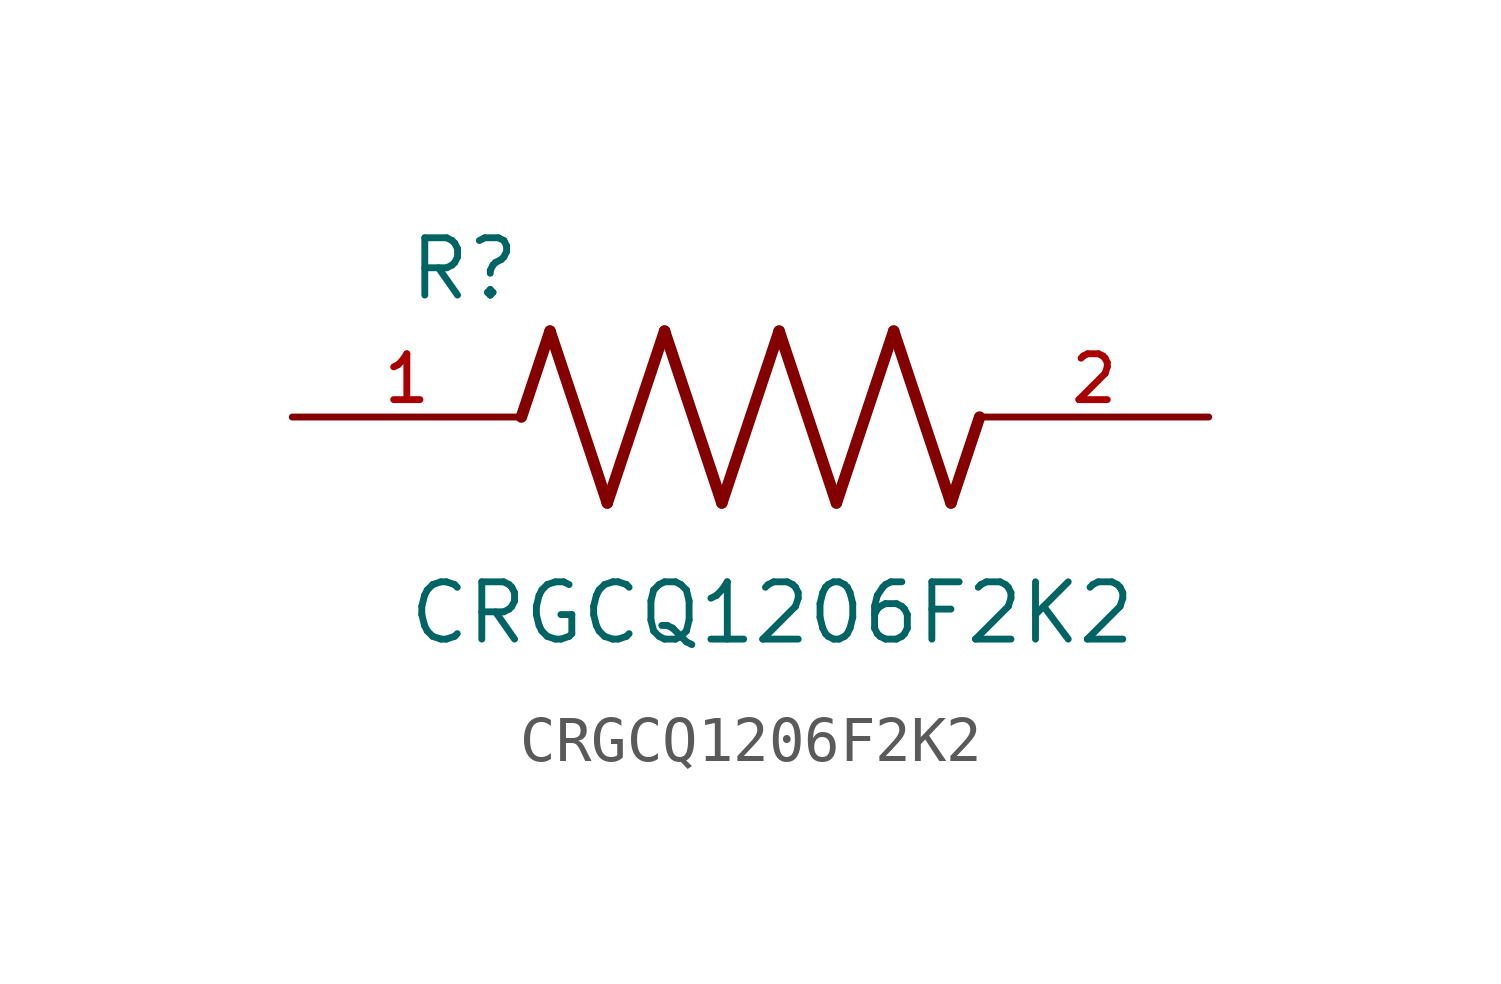
<source format=kicad_sym>
(kicad_symbol_lib
  (version 20211014)
  (generator kicad_symbol_editor)
  (symbol "CRGCQ1206F2K2"
    (pin_names
      (offset 1.016))
    (property "Reference" "R"
      (at -7.624 2.541 0)
      (effects (font (size 1.27 1.27)) (justify bottom left)))
    (property "Value" "CRGCQ1206F2K2"
      (at -7.63 -5.087 0)
      (effects (font (size 1.27 1.27)) (justify bottom left)))
    (symbol "CRGCQ1206F2K2_0_0"
      (polyline (pts (xy -5.08 0.0) (xy -4.445 1.905)) (stroke (width 0.254)))
      (polyline (pts (xy -4.445 1.905) (xy -3.175 -1.905)) (stroke (width 0.254)))
      (polyline (pts (xy -3.175 -1.905) (xy -1.905 1.905)) (stroke (width 0.254)))
      (polyline (pts (xy -1.905 1.905) (xy -0.635 -1.905)) (stroke (width 0.254)))
      (polyline (pts (xy -0.635 -1.905) (xy 0.635 1.905)) (stroke (width 0.254)))
      (polyline (pts (xy 0.635 1.905) (xy 1.905 -1.905)) (stroke (width 0.254)))
      (polyline (pts (xy 1.905 -1.905) (xy 3.175 1.905)) (stroke (width 0.254)))
      (polyline (pts (xy 3.175 1.905) (xy 4.445 -1.905)) (stroke (width 0.254)))
      (polyline (pts (xy 4.445 -1.905) (xy 5.08 0.0)) (stroke (width 0.254)))
      (pin passive line (at -10.16 0.0 0) (length 5.08) (name "~" (effects (font (size 1.016 1.016)))) (number "1" (effects (font (size 1.016 1.016)))))
      (pin passive line (at 10.16 0.0 180.0) (length 5.08) (name "~" (effects (font (size 1.016 1.016)))) (number "2" (effects (font (size 1.016 1.016))))))))
</source>
